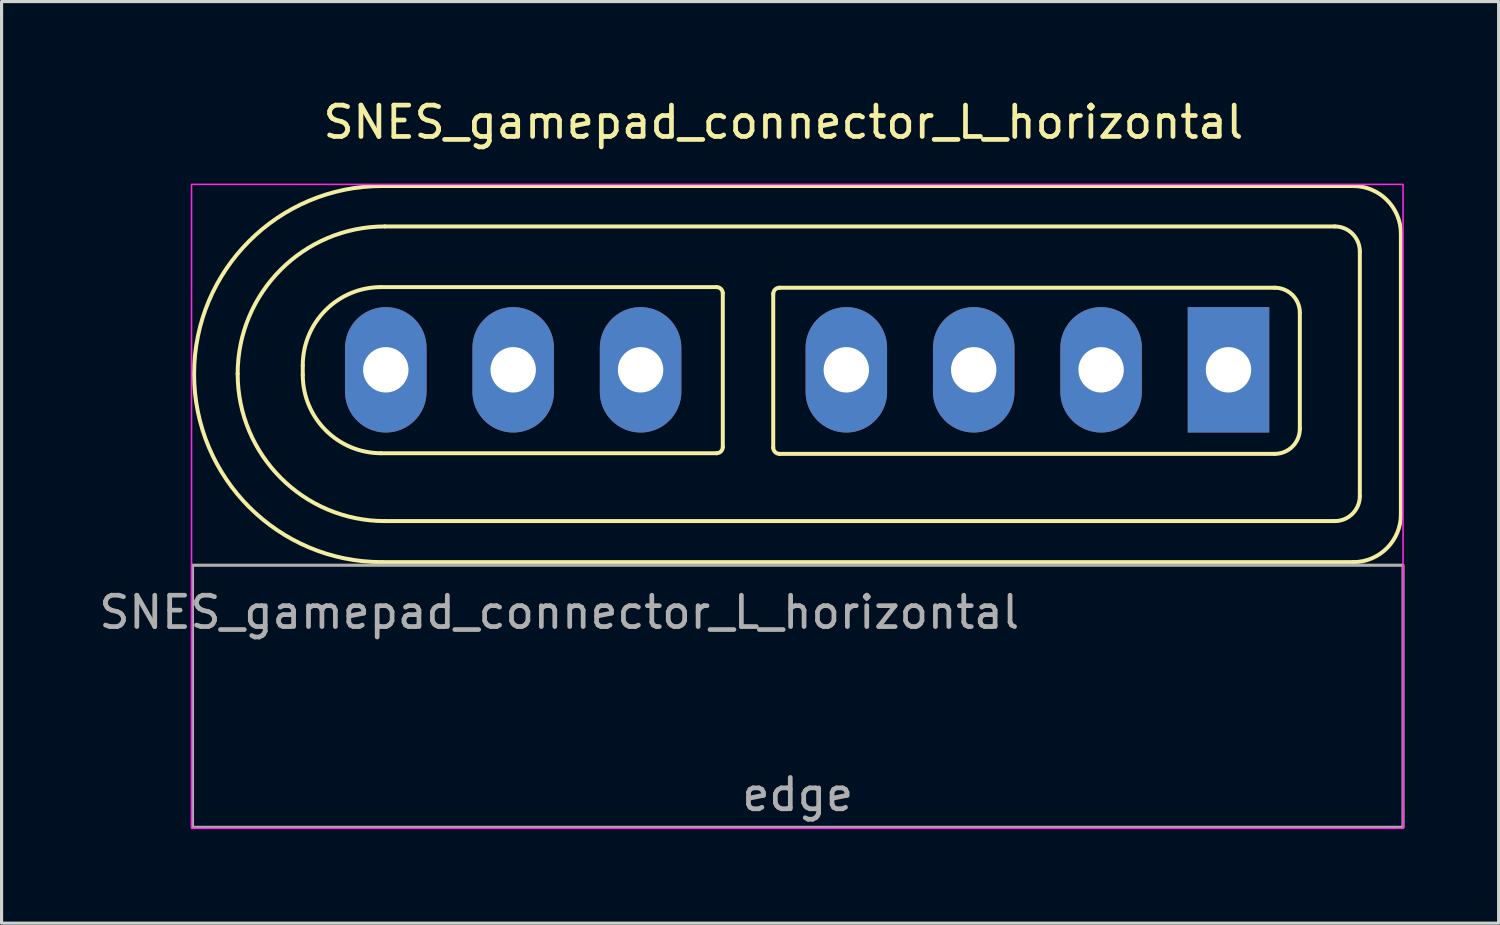
<source format=kicad_pcb>
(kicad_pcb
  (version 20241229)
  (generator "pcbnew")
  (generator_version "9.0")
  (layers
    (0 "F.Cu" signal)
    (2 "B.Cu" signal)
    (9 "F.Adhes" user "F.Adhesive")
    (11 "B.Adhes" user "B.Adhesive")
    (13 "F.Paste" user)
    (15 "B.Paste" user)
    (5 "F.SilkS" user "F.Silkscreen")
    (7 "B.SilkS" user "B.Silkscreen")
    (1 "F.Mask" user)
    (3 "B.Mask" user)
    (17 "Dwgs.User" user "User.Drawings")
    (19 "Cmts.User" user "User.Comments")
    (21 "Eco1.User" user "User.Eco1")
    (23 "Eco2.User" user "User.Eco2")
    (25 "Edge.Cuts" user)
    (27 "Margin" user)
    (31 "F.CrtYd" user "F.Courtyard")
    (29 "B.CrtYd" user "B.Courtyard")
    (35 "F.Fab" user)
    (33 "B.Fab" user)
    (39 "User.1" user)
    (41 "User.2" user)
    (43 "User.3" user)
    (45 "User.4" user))
  (footprint "SNES_gamepad_connector_L_horizontal"
    (layer "F.Cu")
    (at 8.71 14.082)
    (property "Reference" "SNES_gamepad_connector_L_horizontal" (at 13.232 -13.234 0) (layer "F.SilkS") (effects (font (size 1 1) (thickness 0.15))))
    (fp_line (start -2.101 -5.473) (end -2.101 -5.173) (stroke (width 0.127) (type solid)) (layer "F.SilkS"))
    (fp_line (start 11.099 -7.973) (end 0.399 -7.973) (stroke (width 0.127) (type solid)) (layer "F.SilkS"))
    (fp_line (start 11.099 -2.673) (end 0.399 -2.673) (stroke (width 0.127) (type solid)) (layer "F.SilkS"))
    (fp_line (start 11.299 -7.773) (end 11.299 -2.873) (stroke (width 0.127) (type solid)) (layer "F.SilkS"))
    (fp_line (start 12.908 -7.753) (end 12.908 -2.853) (stroke (width 0.127) (type solid)) (layer "F.SilkS"))
    (fp_line (start 28.908 -7.953) (end 13.108 -7.953) (stroke (width 0.127) (type solid)) (layer "F.SilkS"))
    (fp_line (start 28.908 -2.653) (end 13.108 -2.653) (stroke (width 0.127) (type solid)) (layer "F.SilkS"))
    (fp_line (start 29.708 -7.153) (end 29.708 -3.453) (stroke (width 0.127) (type solid)) (layer "F.SilkS"))
    (fp_line (start 30.822 -9.908) (end 0.522 -9.908) (stroke (width 0.127) (type solid)) (layer "F.SilkS"))
    (fp_line (start 30.822 -0.508) (end 0.522 -0.508) (stroke (width 0.127) (type solid)) (layer "F.SilkS"))
    (fp_line (start 31.408 -11.198) (end 0.432 -11.198) (stroke (width 0.127) (type solid)) (layer "F.SilkS"))
    (fp_line (start 31.408 0.802) (end 0.432 0.802) (stroke (width 0.127) (type solid)) (layer "F.SilkS"))
    (fp_line (start 31.622 -1.308) (end 31.622 -9.108) (stroke (width 0.127) (type solid)) (layer "F.SilkS"))
    (fp_line (start 32.932 -0.722) (end 32.932 -9.674) (stroke (width 0.127) (type solid)) (layer "F.SilkS"))
    (fp_arc (start -5.568 -5.198) (mid -3.810641 -9.440641) (end 0.432 -11.198) (stroke (width 0.127) (type solid)) (layer "F.SilkS"))
    (fp_arc (start -4.178 -5.208) (mid -2.801402 -8.531402) (end 0.522 -9.908) (stroke (width 0.127) (type solid)) (layer "F.SilkS"))
    (fp_arc (start -2.101 -5.473) (mid -1.368767 -7.240767) (end 0.399 -7.973) (stroke (width 0.127) (type solid)) (layer "F.SilkS"))
    (fp_arc (start 0.399 -2.673) (mid -1.368767 -3.405233) (end -2.101 -5.173) (stroke (width 0.127) (type solid)) (layer "F.SilkS"))
    (fp_arc (start 0.432 0.802) (mid -3.810641 -0.955359) (end -5.568 -5.198) (stroke (width 0.127) (type solid)) (layer "F.SilkS"))
    (fp_arc (start 0.522 -0.508) (mid -2.801402 -1.884598) (end -4.178 -5.208) (stroke (width 0.127) (type solid)) (layer "F.SilkS"))
    (fp_arc (start 11.099 -7.973) (mid 11.240421 -7.914421) (end 11.299 -7.773) (stroke (width 0.127) (type solid)) (layer "F.SilkS"))
    (fp_arc (start 11.299 -2.873) (mid 11.240421 -2.731579) (end 11.099 -2.673) (stroke (width 0.127) (type solid)) (layer "F.SilkS"))
    (fp_arc (start 12.908 -7.753) (mid 12.966579 -7.894421) (end 13.108 -7.953) (stroke (width 0.127) (type solid)) (layer "F.SilkS"))
    (fp_arc (start 13.108 -2.653) (mid 12.966579 -2.711579) (end 12.908 -2.853) (stroke (width 0.127) (type solid)) (layer "F.SilkS"))
    (fp_arc (start 28.908 -7.953) (mid 29.473685 -7.718685) (end 29.708 -7.153) (stroke (width 0.127) (type solid)) (layer "F.SilkS"))
    (fp_arc (start 29.708 -3.453) (mid 29.473685 -2.887315) (end 28.908 -2.653) (stroke (width 0.127) (type solid)) (layer "F.SilkS"))
    (fp_arc (start 30.822 -9.908) (mid 31.387685 -9.673685) (end 31.622 -9.108) (stroke (width 0.127) (type solid)) (layer "F.SilkS"))
    (fp_arc (start 31.407999 -11.197999) (mid 32.48563 -10.75163) (end 32.932 -9.674) (stroke (width 0.127) (type solid)) (layer "F.SilkS"))
    (fp_arc (start 31.622 -1.308) (mid 31.387685 -0.742315) (end 30.822 -0.508) (stroke (width 0.127) (type solid)) (layer "F.SilkS"))
    (fp_arc (start 32.932 -0.722) (mid 32.485631 0.355631) (end 31.408 0.802) (stroke (width 0.127) (type solid)) (layer "F.SilkS"))
    (fp_rect (start 33 -11.25) (end -5.65 9.295) (stroke (width 0.05) (type solid)) (fill no) (layer "F.CrtYd"))
    (fp_rect (start -5.62 0.9) (end 33 9.263) (stroke (width 0.1) (type default)) (fill no) (layer "F.Fab"))
    (fp_text user "edge" (at 13.69 8.8 0) (unlocked yes) (layer "F.Fab") (effects (font (size 1 1) (thickness 0.15)) (justify bottom)))
    (fp_text user "${REFERENCE}" (at 6.082 2.402 0) (unlocked yes) (layer "F.Fab") (effects (font (size 1 1) (thickness 0.15))))
    (pad "1" thru_hole rect (at 27.432 -5.334 180) (size 2.6 4) (drill 1.448) (layers "*.Cu" "*.Mask"))
    (pad "2" thru_hole oval (at 23.368 -5.334 180) (size 2.6 4) (drill 1.448) (layers "*.Cu" "*.Mask"))
    (pad "3" thru_hole oval (at 19.304 -5.334 180) (size 2.6 4) (drill 1.448) (layers "*.Cu" "*.Mask"))
    (pad "4" thru_hole oval (at 15.24 -5.334 180) (size 2.6 4) (drill 1.448) (layers "*.Cu" "*.Mask"))
    (pad "5" thru_hole oval (at 8.676 -5.334 180) (size 2.6 4) (drill 1.448) (layers "*.Cu" "*.Mask"))
    (pad "6" thru_hole oval (at 4.612 -5.334 180) (size 2.6 4) (drill 1.448) (layers "*.Cu" "*.Mask"))
    (pad "7" thru_hole oval (at 0.548 -5.334 180) (size 2.6 4) (drill 1.448) (layers "*.Cu" "*.Mask")))
  (gr_rect
    (start -3 -3)
    (end 44.76 26.402)
    (stroke (width 0.1) (type default))
    (fill no)
    (layer "Edge.Cuts")))
</source>
